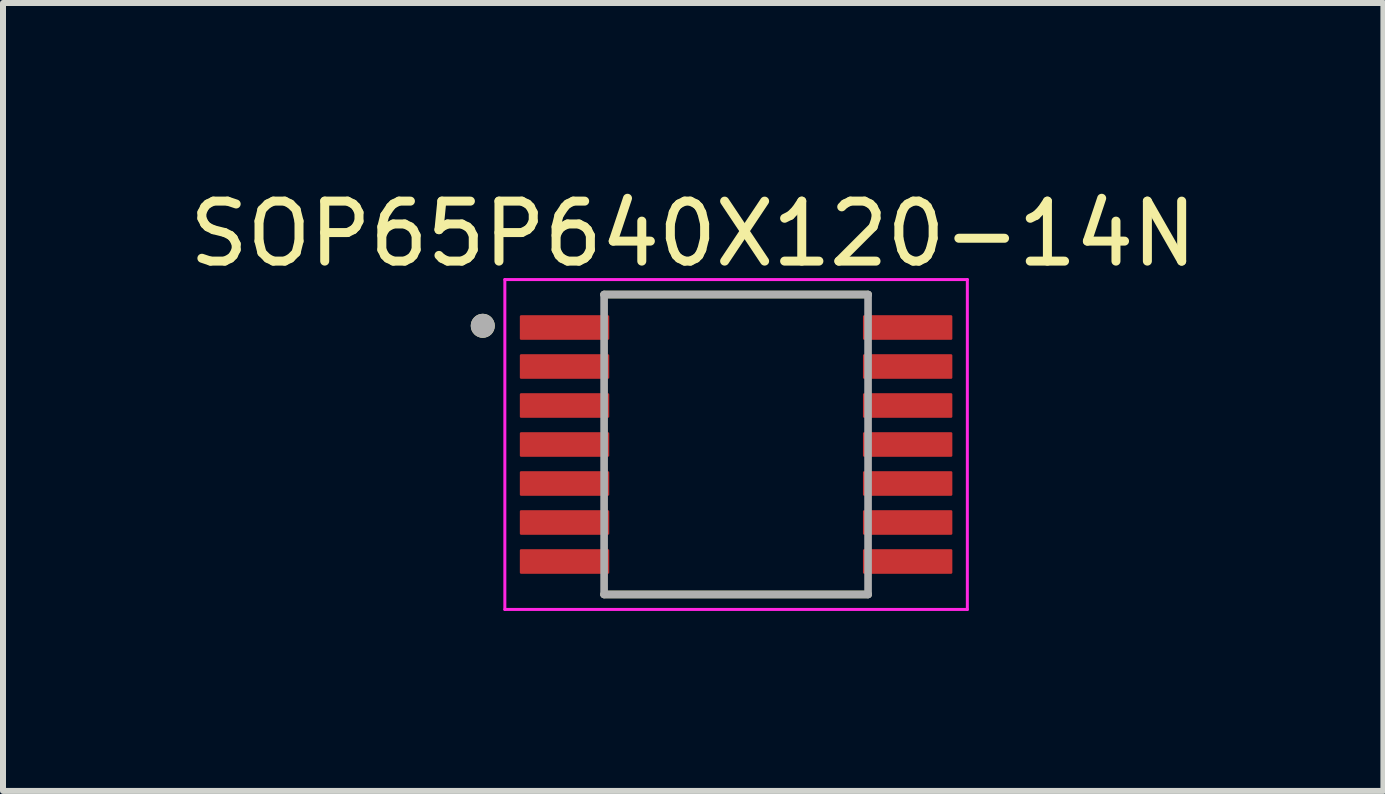
<source format=kicad_pcb>
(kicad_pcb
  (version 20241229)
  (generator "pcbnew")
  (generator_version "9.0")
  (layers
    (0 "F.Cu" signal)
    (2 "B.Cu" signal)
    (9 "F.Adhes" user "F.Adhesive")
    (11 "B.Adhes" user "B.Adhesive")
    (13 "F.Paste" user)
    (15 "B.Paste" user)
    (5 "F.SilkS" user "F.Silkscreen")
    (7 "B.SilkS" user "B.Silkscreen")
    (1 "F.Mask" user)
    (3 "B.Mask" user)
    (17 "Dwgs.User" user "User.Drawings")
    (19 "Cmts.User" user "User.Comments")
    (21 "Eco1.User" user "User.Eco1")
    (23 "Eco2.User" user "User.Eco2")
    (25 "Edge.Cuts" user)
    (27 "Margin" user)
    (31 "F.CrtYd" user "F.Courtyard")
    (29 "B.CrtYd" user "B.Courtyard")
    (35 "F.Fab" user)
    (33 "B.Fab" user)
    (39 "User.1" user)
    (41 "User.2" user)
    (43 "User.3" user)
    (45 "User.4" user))
  (footprint "SOP65P640X120-14N"
    (layer "F.Cu")
    (at 9.221 4.36)
    (property "Reference" "SOP65P640X120-14N" (at -0.715 -3.512 0) (layer "F.SilkS") (effects (font (size 1 1) (thickness 0.15))))
    (attr smd)
    (fp_line (start -2.2 -2.5) (end 2.2 -2.5) (stroke (width 0.127) (type solid)) (layer "F.SilkS"))
    (fp_line (start -2.2 2.5) (end 2.2 2.5) (stroke (width 0.127) (type solid)) (layer "F.SilkS"))
    (fp_circle (center -4.223 -1.979) (end -4.123 -1.979) (stroke (width 0.2) (type solid)) (fill no) (layer "F.SilkS"))
    (fp_line (start -3.855 -2.75) (end -3.855 2.75) (stroke (width 0.05) (type solid)) (layer "F.CrtYd"))
    (fp_line (start -3.855 -2.75) (end 3.855 -2.75) (stroke (width 0.05) (type solid)) (layer "F.CrtYd"))
    (fp_line (start -3.855 2.75) (end 3.855 2.75) (stroke (width 0.05) (type solid)) (layer "F.CrtYd"))
    (fp_line (start 3.855 -2.75) (end 3.855 2.75) (stroke (width 0.05) (type solid)) (layer "F.CrtYd"))
    (fp_line (start -2.2 -2.5) (end -2.2 2.5) (stroke (width 0.127) (type solid)) (layer "F.Fab"))
    (fp_line (start -2.2 -2.5) (end 2.2 -2.5) (stroke (width 0.127) (type solid)) (layer "F.Fab"))
    (fp_line (start -2.2 2.5) (end 2.2 2.5) (stroke (width 0.127) (type solid)) (layer "F.Fab"))
    (fp_line (start 2.2 -2.5) (end 2.2 2.5) (stroke (width 0.127) (type solid)) (layer "F.Fab"))
    (fp_circle (center -4.223 -1.979) (end -4.123 -1.979) (stroke (width 0.2) (type solid)) (fill no) (layer "F.Fab"))
    (pad "1" smd roundrect (at -2.86 -1.95) (size 1.49 0.41) (layers "F.Cu" "F.Mask" "F.Paste") (roundrect_rratio 0.05))
    (pad "2" smd roundrect (at -2.86 -1.3) (size 1.49 0.41) (layers "F.Cu" "F.Mask" "F.Paste") (roundrect_rratio 0.05))
    (pad "3" smd roundrect (at -2.86 -0.65) (size 1.49 0.41) (layers "F.Cu" "F.Mask" "F.Paste") (roundrect_rratio 0.05))
    (pad "4" smd roundrect (at -2.86 0) (size 1.49 0.41) (layers "F.Cu" "F.Mask" "F.Paste") (roundrect_rratio 0.05))
    (pad "5" smd roundrect (at -2.86 0.65) (size 1.49 0.41) (layers "F.Cu" "F.Mask" "F.Paste") (roundrect_rratio 0.05))
    (pad "6" smd roundrect (at -2.86 1.3) (size 1.49 0.41) (layers "F.Cu" "F.Mask" "F.Paste") (roundrect_rratio 0.05))
    (pad "7" smd roundrect (at -2.86 1.95) (size 1.49 0.41) (layers "F.Cu" "F.Mask" "F.Paste") (roundrect_rratio 0.05))
    (pad "8" smd roundrect (at 2.86 1.95) (size 1.49 0.41) (layers "F.Cu" "F.Mask" "F.Paste") (roundrect_rratio 0.05))
    (pad "9" smd roundrect (at 2.86 1.3) (size 1.49 0.41) (layers "F.Cu" "F.Mask" "F.Paste") (roundrect_rratio 0.05))
    (pad "10" smd roundrect (at 2.86 0.65) (size 1.49 0.41) (layers "F.Cu" "F.Mask" "F.Paste") (roundrect_rratio 0.05))
    (pad "11" smd roundrect (at 2.86 0) (size 1.49 0.41) (layers "F.Cu" "F.Mask" "F.Paste") (roundrect_rratio 0.05))
    (pad "12" smd roundrect (at 2.86 -0.65) (size 1.49 0.41) (layers "F.Cu" "F.Mask" "F.Paste") (roundrect_rratio 0.05))
    (pad "13" smd roundrect (at 2.86 -1.3) (size 1.49 0.41) (layers "F.Cu" "F.Mask" "F.Paste") (roundrect_rratio 0.05))
    (pad "14" smd roundrect (at 2.86 -1.95) (size 1.49 0.41) (layers "F.Cu" "F.Mask" "F.Paste") (roundrect_rratio 0.05)))
  (gr_rect
    (start -3 -3)
    (end 20.012 10.135)
    (stroke (width 0.1) (type default))
    (fill no)
    (layer "Edge.Cuts")))
</source>
